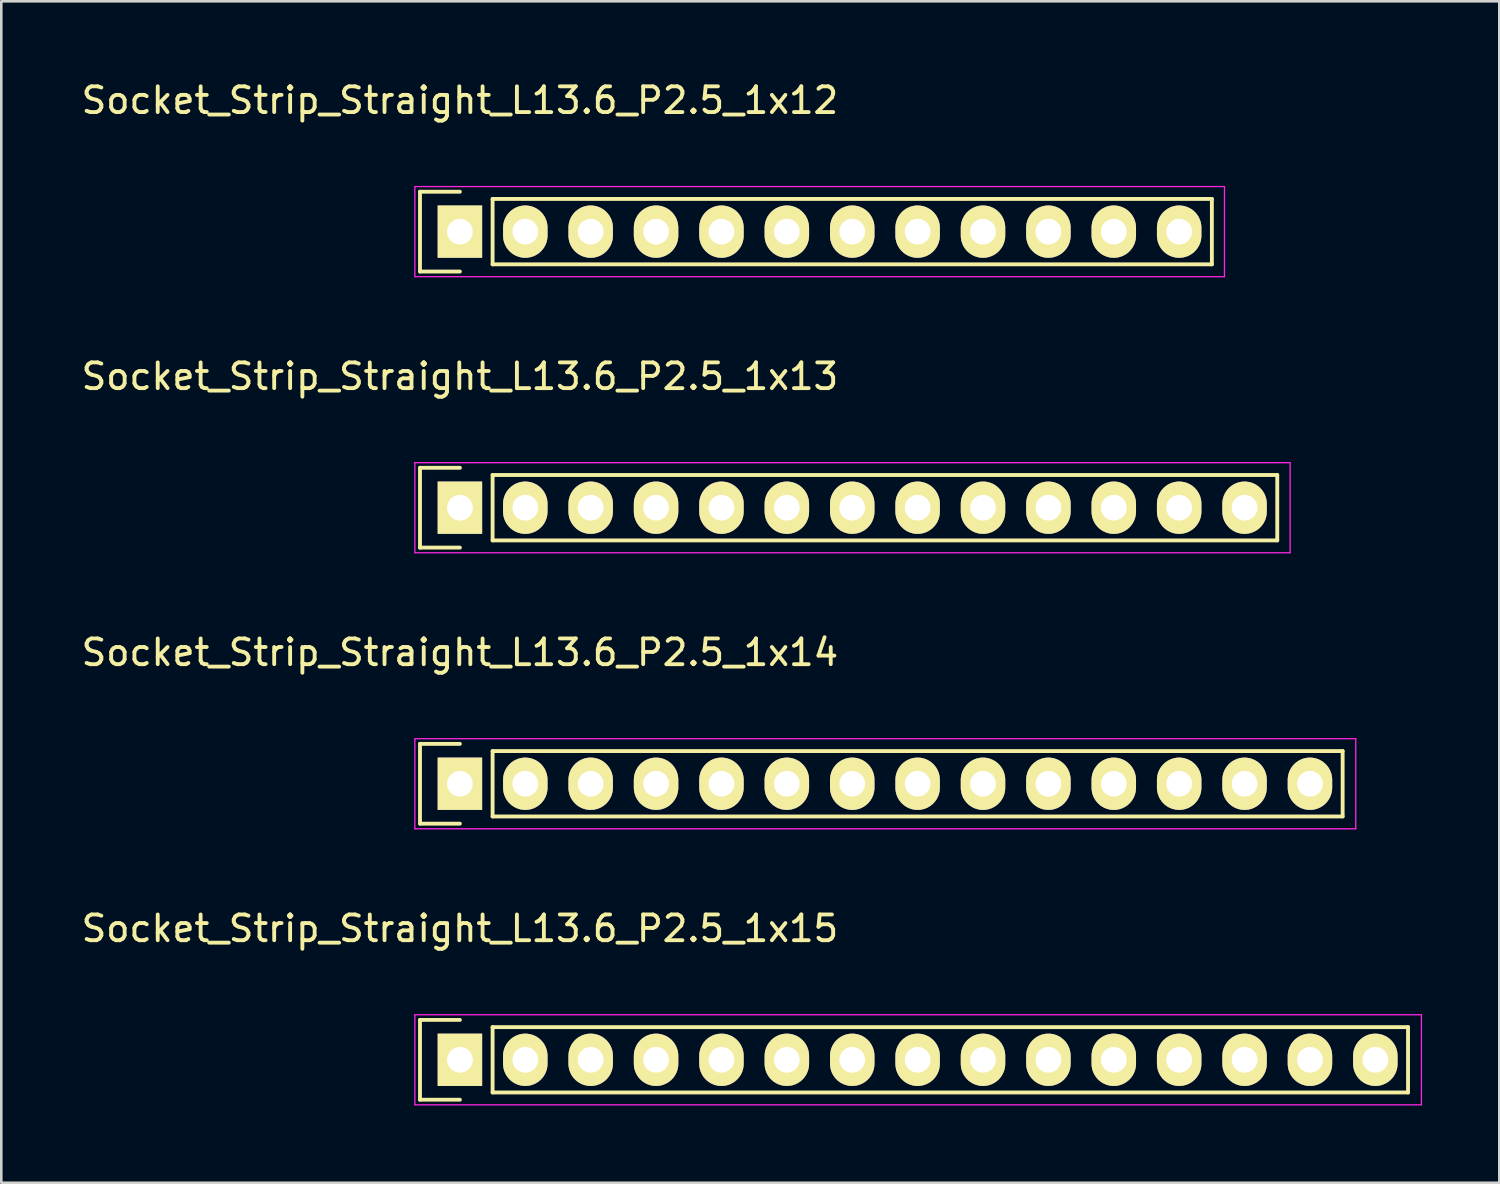
<source format=kicad_pcb>
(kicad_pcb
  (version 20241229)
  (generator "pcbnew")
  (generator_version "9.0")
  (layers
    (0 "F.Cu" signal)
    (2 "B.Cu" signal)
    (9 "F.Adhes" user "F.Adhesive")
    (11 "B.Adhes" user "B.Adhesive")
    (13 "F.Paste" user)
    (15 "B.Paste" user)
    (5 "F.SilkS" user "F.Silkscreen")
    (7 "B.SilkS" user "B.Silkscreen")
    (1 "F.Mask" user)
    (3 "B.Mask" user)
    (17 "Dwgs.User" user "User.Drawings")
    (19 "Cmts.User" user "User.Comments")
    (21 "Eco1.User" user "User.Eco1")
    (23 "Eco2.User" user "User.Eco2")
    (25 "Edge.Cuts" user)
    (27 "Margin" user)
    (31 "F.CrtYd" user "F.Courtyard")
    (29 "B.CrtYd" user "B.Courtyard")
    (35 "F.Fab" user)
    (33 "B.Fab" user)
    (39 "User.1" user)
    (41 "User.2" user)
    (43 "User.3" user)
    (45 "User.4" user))
  (footprint "Socket_Strip_Straight_L13.6_P2.5_1x14"
    (layer "F.Cu")
    (at 14.815 27.395)
    (property "Reference" "Socket_Strip_Straight_L13.6_P2.5_1x14" (at 0 -5.1 0) (layer "F.SilkS") (effects (font (size 1 1) (thickness 0.15))))
    (attr through_hole)
    (fp_line (start -1.55 -1.55) (end -1.55 1.55) (stroke (width 0.15) (type solid)) (layer "F.SilkS"))
    (fp_line (start -1.55 1.55) (end 0 1.55) (stroke (width 0.15) (type solid)) (layer "F.SilkS"))
    (fp_line (start 0 -1.55) (end -1.55 -1.55) (stroke (width 0.15) (type solid)) (layer "F.SilkS"))
    (fp_line (start 1.27 -1.27) (end 34.29 -1.27) (stroke (width 0.15) (type solid)) (layer "F.SilkS"))
    (fp_line (start 1.27 1.27) (end 1.27 -1.27) (stroke (width 0.15) (type solid)) (layer "F.SilkS"))
    (fp_line (start 34.29 -1.27) (end 34.29 1.27) (stroke (width 0.15) (type solid)) (layer "F.SilkS"))
    (fp_line (start 34.29 1.27) (end 1.27 1.27) (stroke (width 0.15) (type solid)) (layer "F.SilkS"))
    (fp_line (start -1.75 -1.75) (end -1.75 1.75) (stroke (width 0.05) (type solid)) (layer "F.CrtYd"))
    (fp_line (start -1.75 -1.75) (end 34.8 -1.75) (stroke (width 0.05) (type solid)) (layer "F.CrtYd"))
    (fp_line (start -1.75 1.75) (end 34.8 1.75) (stroke (width 0.05) (type solid)) (layer "F.CrtYd"))
    (fp_line (start 34.8 -1.75) (end 34.8 1.75) (stroke (width 0.05) (type solid)) (layer "F.CrtYd"))
    (pad "1" thru_hole rect (at 0 0) (size 1.727 2.032) (drill 1) (layers "*.Cu" "*.Mask" "F.SilkS"))
    (pad "2" thru_hole oval (at 2.54 0) (size 1.727 2.032) (drill 1) (layers "*.Cu" "*.Mask" "F.SilkS"))
    (pad "3" thru_hole oval (at 5.08 0) (size 1.727 2.032) (drill 1) (layers "*.Cu" "*.Mask" "F.SilkS"))
    (pad "4" thru_hole oval (at 7.62 0) (size 1.727 2.032) (drill 1) (layers "*.Cu" "*.Mask" "F.SilkS"))
    (pad "5" thru_hole oval (at 10.16 0) (size 1.727 2.032) (drill 1) (layers "*.Cu" "*.Mask" "F.SilkS"))
    (pad "6" thru_hole oval (at 12.7 0) (size 1.727 2.032) (drill 1) (layers "*.Cu" "*.Mask" "F.SilkS"))
    (pad "7" thru_hole oval (at 15.24 0) (size 1.727 2.032) (drill 1) (layers "*.Cu" "*.Mask" "F.SilkS"))
    (pad "8" thru_hole oval (at 17.78 0) (size 1.727 2.032) (drill 1) (layers "*.Cu" "*.Mask" "F.SilkS"))
    (pad "9" thru_hole oval (at 20.32 0) (size 1.727 2.032) (drill 1) (layers "*.Cu" "*.Mask" "F.SilkS"))
    (pad "10" thru_hole oval (at 22.86 0) (size 1.727 2.032) (drill 1) (layers "*.Cu" "*.Mask" "F.SilkS"))
    (pad "11" thru_hole oval (at 25.4 0) (size 1.727 2.032) (drill 1) (layers "*.Cu" "*.Mask" "F.SilkS"))
    (pad "12" thru_hole oval (at 27.94 0) (size 1.727 2.032) (drill 1) (layers "*.Cu" "*.Mask" "F.SilkS"))
    (pad "13" thru_hole oval (at 30.48 0) (size 1.727 2.032) (drill 1) (layers "*.Cu" "*.Mask" "F.SilkS"))
    (pad "14" thru_hole oval (at 33.02 0) (size 1.727 2.032) (drill 1) (layers "*.Cu" "*.Mask" "F.SilkS")))
  (footprint "Socket_Strip_Straight_L13.6_P2.5_1x13"
    (layer "F.Cu")
    (at 14.815 16.672)
    (property "Reference" "Socket_Strip_Straight_L13.6_P2.5_1x13" (at 0 -5.1 0) (layer "F.SilkS") (effects (font (size 1 1) (thickness 0.15))))
    (attr through_hole)
    (fp_line (start -1.55 -1.55) (end -1.55 1.55) (stroke (width 0.15) (type solid)) (layer "F.SilkS"))
    (fp_line (start -1.55 1.55) (end 0 1.55) (stroke (width 0.15) (type solid)) (layer "F.SilkS"))
    (fp_line (start 0 -1.55) (end -1.55 -1.55) (stroke (width 0.15) (type solid)) (layer "F.SilkS"))
    (fp_line (start 1.27 -1.27) (end 31.75 -1.27) (stroke (width 0.15) (type solid)) (layer "F.SilkS"))
    (fp_line (start 1.27 1.27) (end 1.27 -1.27) (stroke (width 0.15) (type solid)) (layer "F.SilkS"))
    (fp_line (start 31.75 -1.27) (end 31.75 1.27) (stroke (width 0.15) (type solid)) (layer "F.SilkS"))
    (fp_line (start 31.75 1.27) (end 1.27 1.27) (stroke (width 0.15) (type solid)) (layer "F.SilkS"))
    (fp_line (start -1.75 -1.75) (end -1.75 1.75) (stroke (width 0.05) (type solid)) (layer "F.CrtYd"))
    (fp_line (start -1.75 -1.75) (end 32.25 -1.75) (stroke (width 0.05) (type solid)) (layer "F.CrtYd"))
    (fp_line (start -1.75 1.75) (end 32.25 1.75) (stroke (width 0.05) (type solid)) (layer "F.CrtYd"))
    (fp_line (start 32.25 -1.75) (end 32.25 1.75) (stroke (width 0.05) (type solid)) (layer "F.CrtYd"))
    (pad "1" thru_hole rect (at 0 0) (size 1.727 2.032) (drill 1) (layers "*.Cu" "*.Mask" "F.SilkS"))
    (pad "2" thru_hole oval (at 2.54 0) (size 1.727 2.032) (drill 1) (layers "*.Cu" "*.Mask" "F.SilkS"))
    (pad "3" thru_hole oval (at 5.08 0) (size 1.727 2.032) (drill 1) (layers "*.Cu" "*.Mask" "F.SilkS"))
    (pad "4" thru_hole oval (at 7.62 0) (size 1.727 2.032) (drill 1) (layers "*.Cu" "*.Mask" "F.SilkS"))
    (pad "5" thru_hole oval (at 10.16 0) (size 1.727 2.032) (drill 1) (layers "*.Cu" "*.Mask" "F.SilkS"))
    (pad "6" thru_hole oval (at 12.7 0) (size 1.727 2.032) (drill 1) (layers "*.Cu" "*.Mask" "F.SilkS"))
    (pad "7" thru_hole oval (at 15.24 0) (size 1.727 2.032) (drill 1) (layers "*.Cu" "*.Mask" "F.SilkS"))
    (pad "8" thru_hole oval (at 17.78 0) (size 1.727 2.032) (drill 1) (layers "*.Cu" "*.Mask" "F.SilkS"))
    (pad "9" thru_hole oval (at 20.32 0) (size 1.727 2.032) (drill 1) (layers "*.Cu" "*.Mask" "F.SilkS"))
    (pad "10" thru_hole oval (at 22.86 0) (size 1.727 2.032) (drill 1) (layers "*.Cu" "*.Mask" "F.SilkS"))
    (pad "11" thru_hole oval (at 25.4 0) (size 1.727 2.032) (drill 1) (layers "*.Cu" "*.Mask" "F.SilkS"))
    (pad "12" thru_hole oval (at 27.94 0) (size 1.727 2.032) (drill 1) (layers "*.Cu" "*.Mask" "F.SilkS"))
    (pad "13" thru_hole oval (at 30.48 0) (size 1.727 2.032) (drill 1) (layers "*.Cu" "*.Mask" "F.SilkS")))
  (footprint "Socket_Strip_Straight_L13.6_P2.5_1x15"
    (layer "F.Cu")
    (at 14.815 38.118)
    (property "Reference" "Socket_Strip_Straight_L13.6_P2.5_1x15" (at 0 -5.1 0) (layer "F.SilkS") (effects (font (size 1 1) (thickness 0.15))))
    (attr through_hole)
    (fp_line (start -1.55 -1.55) (end -1.55 1.55) (stroke (width 0.15) (type solid)) (layer "F.SilkS"))
    (fp_line (start -1.55 1.55) (end 0 1.55) (stroke (width 0.15) (type solid)) (layer "F.SilkS"))
    (fp_line (start 0 -1.55) (end -1.55 -1.55) (stroke (width 0.15) (type solid)) (layer "F.SilkS"))
    (fp_line (start 1.27 -1.27) (end 36.83 -1.27) (stroke (width 0.15) (type solid)) (layer "F.SilkS"))
    (fp_line (start 1.27 1.27) (end 1.27 -1.27) (stroke (width 0.15) (type solid)) (layer "F.SilkS"))
    (fp_line (start 36.83 -1.27) (end 36.83 1.27) (stroke (width 0.15) (type solid)) (layer "F.SilkS"))
    (fp_line (start 36.83 1.27) (end 1.27 1.27) (stroke (width 0.15) (type solid)) (layer "F.SilkS"))
    (fp_line (start -1.75 -1.75) (end -1.75 1.75) (stroke (width 0.05) (type solid)) (layer "F.CrtYd"))
    (fp_line (start -1.75 -1.75) (end 37.35 -1.75) (stroke (width 0.05) (type solid)) (layer "F.CrtYd"))
    (fp_line (start -1.75 1.75) (end 37.35 1.75) (stroke (width 0.05) (type solid)) (layer "F.CrtYd"))
    (fp_line (start 37.35 -1.75) (end 37.35 1.75) (stroke (width 0.05) (type solid)) (layer "F.CrtYd"))
    (pad "1" thru_hole rect (at 0 0) (size 1.727 2.032) (drill 1) (layers "*.Cu" "*.Mask" "F.SilkS"))
    (pad "2" thru_hole oval (at 2.54 0) (size 1.727 2.032) (drill 1) (layers "*.Cu" "*.Mask" "F.SilkS"))
    (pad "3" thru_hole oval (at 5.08 0) (size 1.727 2.032) (drill 1) (layers "*.Cu" "*.Mask" "F.SilkS"))
    (pad "4" thru_hole oval (at 7.62 0) (size 1.727 2.032) (drill 1) (layers "*.Cu" "*.Mask" "F.SilkS"))
    (pad "5" thru_hole oval (at 10.16 0) (size 1.727 2.032) (drill 1) (layers "*.Cu" "*.Mask" "F.SilkS"))
    (pad "6" thru_hole oval (at 12.7 0) (size 1.727 2.032) (drill 1) (layers "*.Cu" "*.Mask" "F.SilkS"))
    (pad "7" thru_hole oval (at 15.24 0) (size 1.727 2.032) (drill 1) (layers "*.Cu" "*.Mask" "F.SilkS"))
    (pad "8" thru_hole oval (at 17.78 0) (size 1.727 2.032) (drill 1) (layers "*.Cu" "*.Mask" "F.SilkS"))
    (pad "9" thru_hole oval (at 20.32 0) (size 1.727 2.032) (drill 1) (layers "*.Cu" "*.Mask" "F.SilkS"))
    (pad "10" thru_hole oval (at 22.86 0) (size 1.727 2.032) (drill 1) (layers "*.Cu" "*.Mask" "F.SilkS"))
    (pad "11" thru_hole oval (at 25.4 0) (size 1.727 2.032) (drill 1) (layers "*.Cu" "*.Mask" "F.SilkS"))
    (pad "12" thru_hole oval (at 27.94 0) (size 1.727 2.032) (drill 1) (layers "*.Cu" "*.Mask" "F.SilkS"))
    (pad "13" thru_hole oval (at 30.48 0) (size 1.727 2.032) (drill 1) (layers "*.Cu" "*.Mask" "F.SilkS"))
    (pad "14" thru_hole oval (at 33.02 0) (size 1.727 2.032) (drill 1) (layers "*.Cu" "*.Mask" "F.SilkS"))
    (pad "15" thru_hole oval (at 35.56 0) (size 1.727 2.032) (drill 1) (layers "*.Cu" "*.Mask" "F.SilkS")))
  (footprint "Socket_Strip_Straight_L13.6_P2.5_1x12"
    (layer "F.Cu")
    (at 14.815 5.948)
    (property "Reference" "Socket_Strip_Straight_L13.6_P2.5_1x12" (at 0 -5.1 0) (layer "F.SilkS") (effects (font (size 1 1) (thickness 0.15))))
    (attr through_hole)
    (fp_line (start -1.55 -1.55) (end -1.55 1.55) (stroke (width 0.15) (type solid)) (layer "F.SilkS"))
    (fp_line (start -1.55 1.55) (end 0 1.55) (stroke (width 0.15) (type solid)) (layer "F.SilkS"))
    (fp_line (start 0 -1.55) (end -1.55 -1.55) (stroke (width 0.15) (type solid)) (layer "F.SilkS"))
    (fp_line (start 1.27 1.27) (end 1.27 -1.27) (stroke (width 0.15) (type solid)) (layer "F.SilkS"))
    (fp_line (start 1.27 1.27) (end 29.21 1.27) (stroke (width 0.15) (type solid)) (layer "F.SilkS"))
    (fp_line (start 29.21 -1.27) (end 1.27 -1.27) (stroke (width 0.15) (type solid)) (layer "F.SilkS"))
    (fp_line (start 29.21 1.27) (end 29.21 -1.27) (stroke (width 0.15) (type solid)) (layer "F.SilkS"))
    (fp_line (start -1.75 -1.75) (end -1.75 1.75) (stroke (width 0.05) (type solid)) (layer "F.CrtYd"))
    (fp_line (start -1.75 -1.75) (end 29.7 -1.75) (stroke (width 0.05) (type solid)) (layer "F.CrtYd"))
    (fp_line (start -1.75 1.75) (end 29.7 1.75) (stroke (width 0.05) (type solid)) (layer "F.CrtYd"))
    (fp_line (start 29.7 -1.75) (end 29.7 1.75) (stroke (width 0.05) (type solid)) (layer "F.CrtYd"))
    (pad "1" thru_hole rect (at 0 0) (size 1.727 2.032) (drill 1) (layers "*.Cu" "*.Mask" "F.SilkS"))
    (pad "2" thru_hole oval (at 2.54 0) (size 1.727 2.032) (drill 1) (layers "*.Cu" "*.Mask" "F.SilkS"))
    (pad "3" thru_hole oval (at 5.08 0) (size 1.727 2.032) (drill 1) (layers "*.Cu" "*.Mask" "F.SilkS"))
    (pad "4" thru_hole oval (at 7.62 0) (size 1.727 2.032) (drill 1) (layers "*.Cu" "*.Mask" "F.SilkS"))
    (pad "5" thru_hole oval (at 10.16 0) (size 1.727 2.032) (drill 1) (layers "*.Cu" "*.Mask" "F.SilkS"))
    (pad "6" thru_hole oval (at 12.7 0) (size 1.727 2.032) (drill 1) (layers "*.Cu" "*.Mask" "F.SilkS"))
    (pad "7" thru_hole oval (at 15.24 0) (size 1.727 2.032) (drill 1) (layers "*.Cu" "*.Mask" "F.SilkS"))
    (pad "8" thru_hole oval (at 17.78 0) (size 1.727 2.032) (drill 1) (layers "*.Cu" "*.Mask" "F.SilkS"))
    (pad "9" thru_hole oval (at 20.32 0) (size 1.727 2.032) (drill 1) (layers "*.Cu" "*.Mask" "F.SilkS"))
    (pad "10" thru_hole oval (at 22.86 0) (size 1.727 2.032) (drill 1) (layers "*.Cu" "*.Mask" "F.SilkS"))
    (pad "11" thru_hole oval (at 25.4 0) (size 1.727 2.032) (drill 1) (layers "*.Cu" "*.Mask" "F.SilkS"))
    (pad "12" thru_hole oval (at 27.94 0) (size 1.727 2.032) (drill 1) (layers "*.Cu" "*.Mask" "F.SilkS")))
  (gr_rect
    (start -3 -3)
    (end 55.19 42.893)
    (stroke (width 0.1) (type default))
    (fill no)
    (layer "Edge.Cuts")))
</source>
